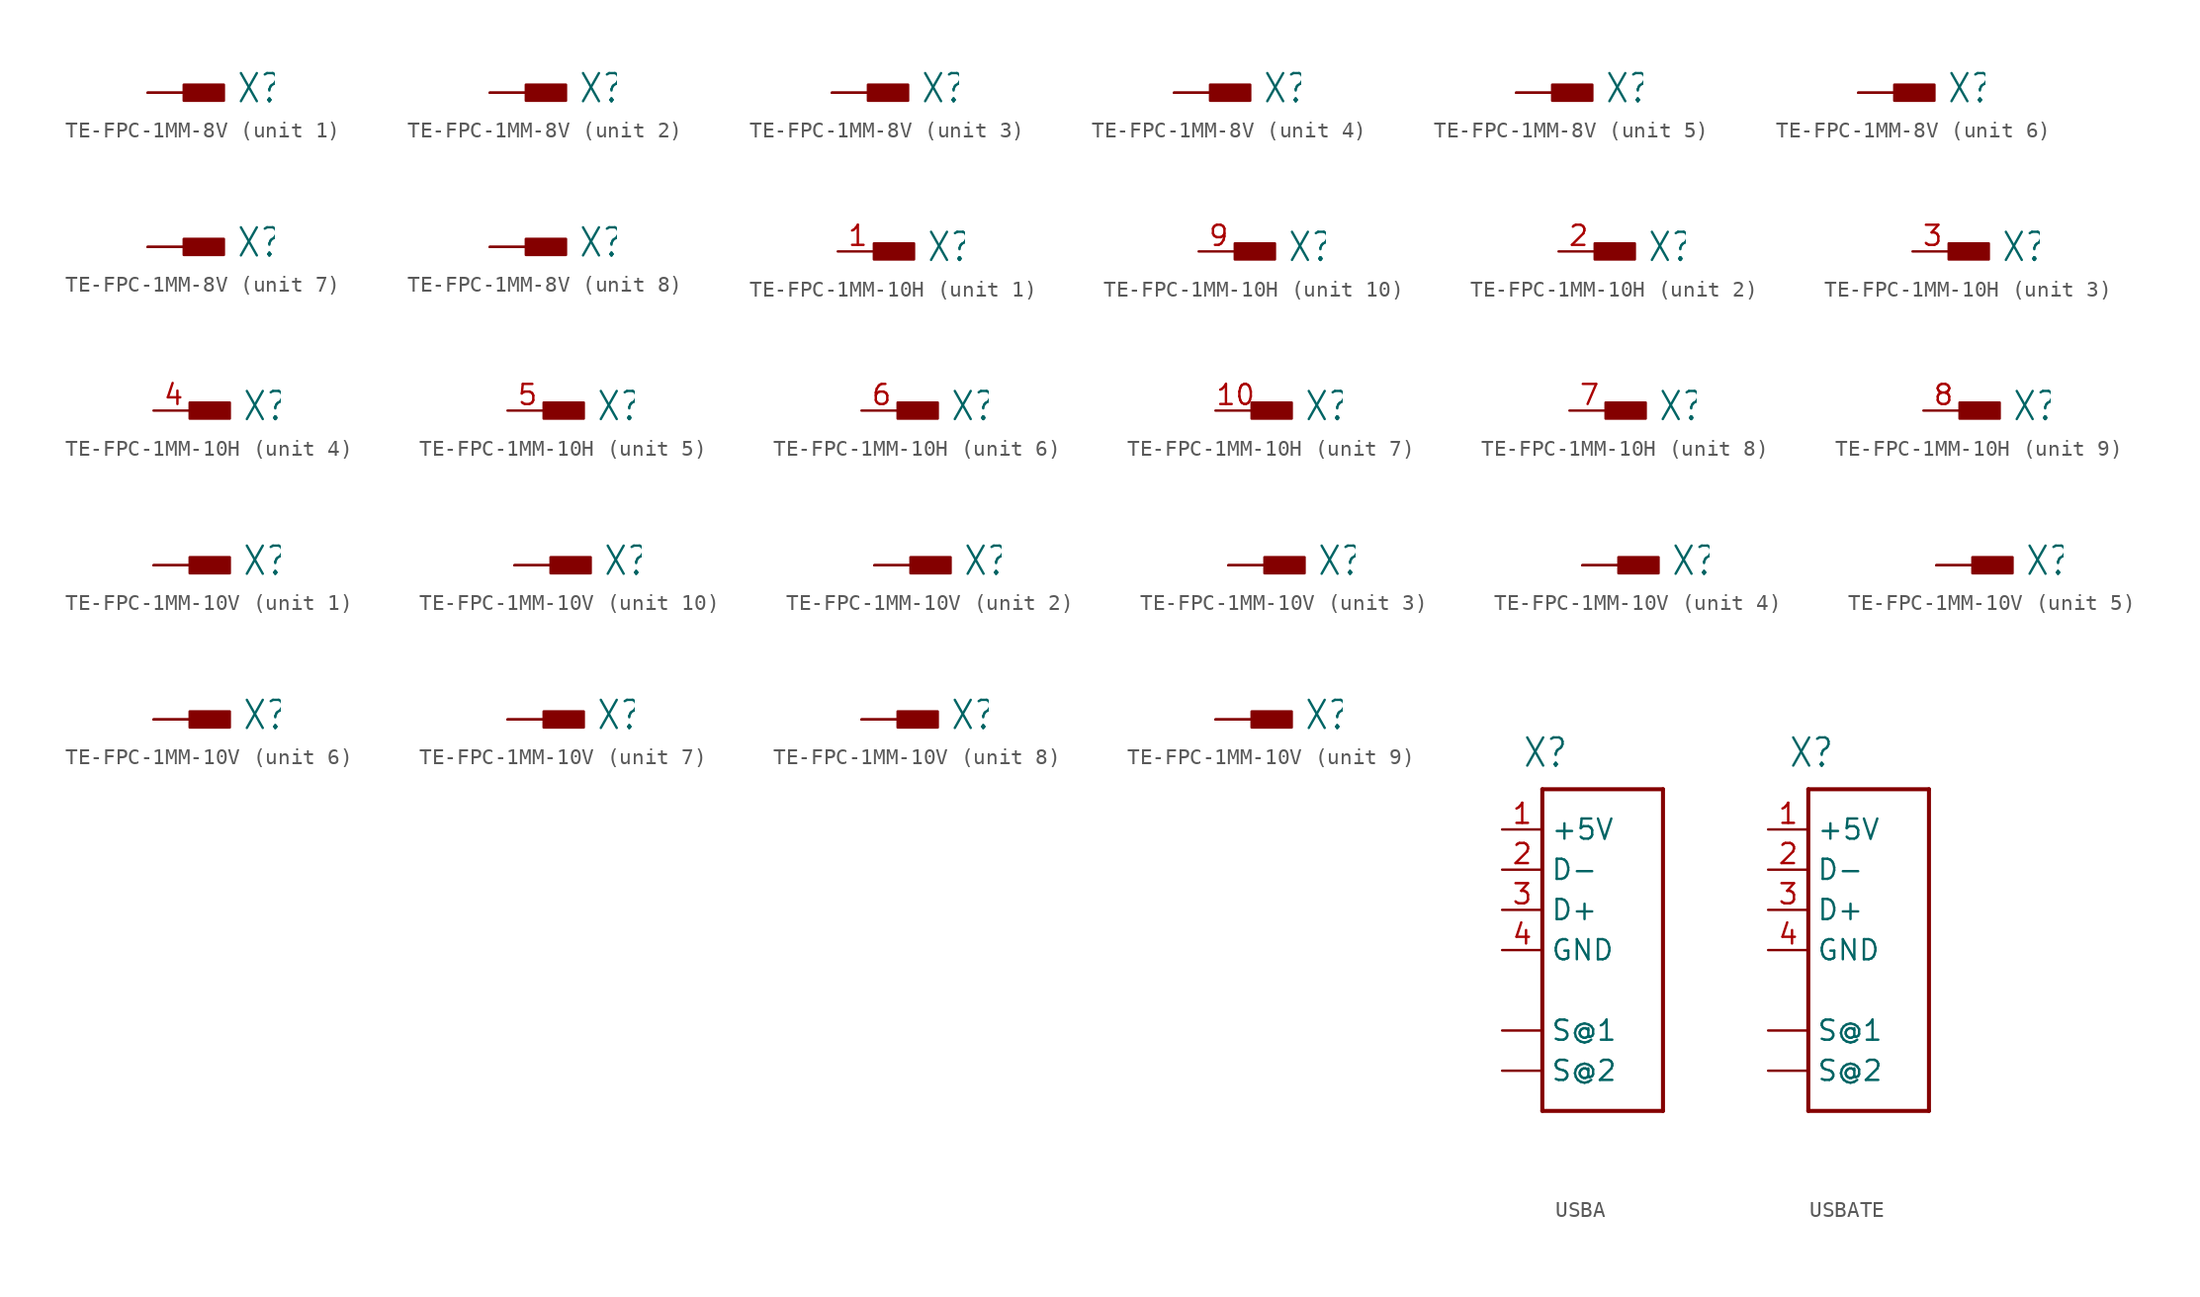
<source format=kicad_sym>
(kicad_symbol_lib
  (version 20231120)
  (generator "kicad_symbol_editor")
  (generator_version "8.0")
  (symbol "TE-FPC-1MM-8V"
    (property "Reference" "X"
      (at 5.588 -0.762 0)
      (effects (font (size 1.778 1.511)) (justify left bottom)))
    (property "ki_locked" ""
      (at 0 0 0)
      (effects (font (size 1.27 1.27))))
    (symbol "TE-FPC-1MM-8V_1_0"
      (rectangle (start 2.286 -0.508) (end 4.826 0.508) (stroke (width 0) (type default)) (fill (type outline)))
      (pin bidirectional line (at 0 0 0) (length 2.54) (name "-1" (effects (font (size 0 0)))) (number "A1" (effects (font (size 0 0)))))
      (pin bidirectional line (at 0 0 0) (length 2.54) (name "-1" (effects (font (size 0 0)))) (number "B1" (effects (font (size 0 0))))))
    (symbol "TE-FPC-1MM-8V_2_0"
      (rectangle (start 2.286 -0.508) (end 4.826 0.508) (stroke (width 0) (type default)) (fill (type outline)))
      (pin bidirectional line (at 0 0 0) (length 2.54) (name "-1" (effects (font (size 0 0)))) (number "A2" (effects (font (size 0 0)))))
      (pin bidirectional line (at 0 0 0) (length 2.54) (name "-1" (effects (font (size 0 0)))) (number "B2" (effects (font (size 0 0))))))
    (symbol "TE-FPC-1MM-8V_3_0"
      (rectangle (start 2.286 -0.508) (end 4.826 0.508) (stroke (width 0) (type default)) (fill (type outline)))
      (pin bidirectional line (at 0 0 0) (length 2.54) (name "-1" (effects (font (size 0 0)))) (number "A3" (effects (font (size 0 0)))))
      (pin bidirectional line (at 0 0 0) (length 2.54) (name "-1" (effects (font (size 0 0)))) (number "B3" (effects (font (size 0 0))))))
    (symbol "TE-FPC-1MM-8V_4_0"
      (rectangle (start 2.286 -0.508) (end 4.826 0.508) (stroke (width 0) (type default)) (fill (type outline)))
      (pin bidirectional line (at 0 0 0) (length 2.54) (name "-1" (effects (font (size 0 0)))) (number "A4" (effects (font (size 0 0)))))
      (pin bidirectional line (at 0 0 0) (length 2.54) (name "-1" (effects (font (size 0 0)))) (number "B4" (effects (font (size 0 0))))))
    (symbol "TE-FPC-1MM-8V_5_0"
      (rectangle (start 2.286 -0.508) (end 4.826 0.508) (stroke (width 0) (type default)) (fill (type outline)))
      (pin bidirectional line (at 0 0 0) (length 2.54) (name "-1" (effects (font (size 0 0)))) (number "A5" (effects (font (size 0 0)))))
      (pin bidirectional line (at 0 0 0) (length 2.54) (name "-1" (effects (font (size 0 0)))) (number "B5" (effects (font (size 0 0))))))
    (symbol "TE-FPC-1MM-8V_6_0"
      (rectangle (start 2.286 -0.508) (end 4.826 0.508) (stroke (width 0) (type default)) (fill (type outline)))
      (pin bidirectional line (at 0 0 0) (length 2.54) (name "-1" (effects (font (size 0 0)))) (number "A6" (effects (font (size 0 0)))))
      (pin bidirectional line (at 0 0 0) (length 2.54) (name "-1" (effects (font (size 0 0)))) (number "B6" (effects (font (size 0 0))))))
    (symbol "TE-FPC-1MM-8V_7_0"
      (rectangle (start 2.286 -0.508) (end 4.826 0.508) (stroke (width 0) (type default)) (fill (type outline)))
      (pin bidirectional line (at 0 0 0) (length 2.54) (name "-1" (effects (font (size 0 0)))) (number "A8" (effects (font (size 0 0)))))
      (pin bidirectional line (at 0 0 0) (length 2.54) (name "-1" (effects (font (size 0 0)))) (number "B8" (effects (font (size 0 0))))))
    (symbol "TE-FPC-1MM-8V_8_0"
      (rectangle (start 2.286 -0.508) (end 4.826 0.508) (stroke (width 0) (type default)) (fill (type outline)))
      (pin bidirectional line (at 0 0 0) (length 2.54) (name "-1" (effects (font (size 0 0)))) (number "A7" (effects (font (size 0 0)))))
      (pin bidirectional line (at 0 0 0) (length 2.54) (name "-1" (effects (font (size 0 0)))) (number "B7" (effects (font (size 0 0)))))))
  (symbol "TE-FPC-1MM-10H"
    (property "Reference" "X"
      (at 5.588 -0.762 0)
      (effects (font (size 1.778 1.511)) (justify left bottom)))
    (property "ki_locked" ""
      (at 0 0 0)
      (effects (font (size 1.27 1.27))))
    (symbol "TE-FPC-1MM-10H_1_0"
      (rectangle (start 2.286 -0.508) (end 4.826 0.508) (stroke (width 0) (type default)) (fill (type outline)))
      (pin bidirectional line (at 0 0 0) (length 2.54) (name "-1" (effects (font (size 0 0)))) (number "1" (effects (font (size 1.27 1.27))))))
    (symbol "TE-FPC-1MM-10H_2_0"
      (rectangle (start 2.286 -0.508) (end 4.826 0.508) (stroke (width 0) (type default)) (fill (type outline)))
      (pin bidirectional line (at 0 0 0) (length 2.54) (name "-1" (effects (font (size 0 0)))) (number "2" (effects (font (size 1.27 1.27))))))
    (symbol "TE-FPC-1MM-10H_3_0"
      (rectangle (start 2.286 -0.508) (end 4.826 0.508) (stroke (width 0) (type default)) (fill (type outline)))
      (pin bidirectional line (at 0 0 0) (length 2.54) (name "-1" (effects (font (size 0 0)))) (number "3" (effects (font (size 1.27 1.27))))))
    (symbol "TE-FPC-1MM-10H_4_0"
      (rectangle (start 2.286 -0.508) (end 4.826 0.508) (stroke (width 0) (type default)) (fill (type outline)))
      (pin bidirectional line (at 0 0 0) (length 2.54) (name "-1" (effects (font (size 0 0)))) (number "4" (effects (font (size 1.27 1.27))))))
    (symbol "TE-FPC-1MM-10H_5_0"
      (rectangle (start 2.286 -0.508) (end 4.826 0.508) (stroke (width 0) (type default)) (fill (type outline)))
      (pin bidirectional line (at 0 0 0) (length 2.54) (name "-1" (effects (font (size 0 0)))) (number "5" (effects (font (size 1.27 1.27))))))
    (symbol "TE-FPC-1MM-10H_6_0"
      (rectangle (start 2.286 -0.508) (end 4.826 0.508) (stroke (width 0) (type default)) (fill (type outline)))
      (pin bidirectional line (at 0 0 0) (length 2.54) (name "-1" (effects (font (size 0 0)))) (number "6" (effects (font (size 1.27 1.27))))))
    (symbol "TE-FPC-1MM-10H_7_0"
      (rectangle (start 2.286 -0.508) (end 4.826 0.508) (stroke (width 0) (type default)) (fill (type outline)))
      (pin bidirectional line (at 0 0 0) (length 2.54) (name "-1" (effects (font (size 0 0)))) (number "10" (effects (font (size 1.27 1.27))))))
    (symbol "TE-FPC-1MM-10H_8_0"
      (rectangle (start 2.286 -0.508) (end 4.826 0.508) (stroke (width 0) (type default)) (fill (type outline)))
      (pin bidirectional line (at 0 0 0) (length 2.54) (name "-1" (effects (font (size 0 0)))) (number "7" (effects (font (size 1.27 1.27))))))
    (symbol "TE-FPC-1MM-10H_9_0"
      (rectangle (start 2.286 -0.508) (end 4.826 0.508) (stroke (width 0) (type default)) (fill (type outline)))
      (pin bidirectional line (at 0 0 0) (length 2.54) (name "-1" (effects (font (size 0 0)))) (number "8" (effects (font (size 1.27 1.27))))))
    (symbol "TE-FPC-1MM-10H_10_0"
      (rectangle (start 2.286 -0.508) (end 4.826 0.508) (stroke (width 0) (type default)) (fill (type outline)))
      (pin bidirectional line (at 0 0 0) (length 2.54) (name "-1" (effects (font (size 0 0)))) (number "9" (effects (font (size 1.27 1.27)))))))
  (symbol "TE-FPC-1MM-10V"
    (property "Reference" "X"
      (at 5.588 -0.762 0)
      (effects (font (size 1.778 1.511)) (justify left bottom)))
    (property "ki_locked" ""
      (at 0 0 0)
      (effects (font (size 1.27 1.27))))
    (symbol "TE-FPC-1MM-10V_1_0"
      (rectangle (start 2.286 -0.508) (end 4.826 0.508) (stroke (width 0) (type default)) (fill (type outline)))
      (pin bidirectional line (at 0 0 0) (length 2.54) (name "-1" (effects (font (size 0 0)))) (number "A1" (effects (font (size 0 0)))))
      (pin bidirectional line (at 0 0 0) (length 2.54) (name "-1" (effects (font (size 0 0)))) (number "B1" (effects (font (size 0 0))))))
    (symbol "TE-FPC-1MM-10V_2_0"
      (rectangle (start 2.286 -0.508) (end 4.826 0.508) (stroke (width 0) (type default)) (fill (type outline)))
      (pin bidirectional line (at 0 0 0) (length 2.54) (name "-1" (effects (font (size 0 0)))) (number "A2" (effects (font (size 0 0)))))
      (pin bidirectional line (at 0 0 0) (length 2.54) (name "-1" (effects (font (size 0 0)))) (number "B2" (effects (font (size 0 0))))))
    (symbol "TE-FPC-1MM-10V_3_0"
      (rectangle (start 2.286 -0.508) (end 4.826 0.508) (stroke (width 0) (type default)) (fill (type outline)))
      (pin bidirectional line (at 0 0 0) (length 2.54) (name "-1" (effects (font (size 0 0)))) (number "A3" (effects (font (size 0 0)))))
      (pin bidirectional line (at 0 0 0) (length 2.54) (name "-1" (effects (font (size 0 0)))) (number "B3" (effects (font (size 0 0))))))
    (symbol "TE-FPC-1MM-10V_4_0"
      (rectangle (start 2.286 -0.508) (end 4.826 0.508) (stroke (width 0) (type default)) (fill (type outline)))
      (pin bidirectional line (at 0 0 0) (length 2.54) (name "-1" (effects (font (size 0 0)))) (number "A4" (effects (font (size 0 0)))))
      (pin bidirectional line (at 0 0 0) (length 2.54) (name "-1" (effects (font (size 0 0)))) (number "B4" (effects (font (size 0 0))))))
    (symbol "TE-FPC-1MM-10V_5_0"
      (rectangle (start 2.286 -0.508) (end 4.826 0.508) (stroke (width 0) (type default)) (fill (type outline)))
      (pin bidirectional line (at 0 0 0) (length 2.54) (name "-1" (effects (font (size 0 0)))) (number "A5" (effects (font (size 0 0)))))
      (pin bidirectional line (at 0 0 0) (length 2.54) (name "-1" (effects (font (size 0 0)))) (number "B5" (effects (font (size 0 0))))))
    (symbol "TE-FPC-1MM-10V_6_0"
      (rectangle (start 2.286 -0.508) (end 4.826 0.508) (stroke (width 0) (type default)) (fill (type outline)))
      (pin bidirectional line (at 0 0 0) (length 2.54) (name "-1" (effects (font (size 0 0)))) (number "A6" (effects (font (size 0 0)))))
      (pin bidirectional line (at 0 0 0) (length 2.54) (name "-1" (effects (font (size 0 0)))) (number "B6" (effects (font (size 0 0))))))
    (symbol "TE-FPC-1MM-10V_7_0"
      (rectangle (start 2.286 -0.508) (end 4.826 0.508) (stroke (width 0) (type default)) (fill (type outline)))
      (pin bidirectional line (at 0 0 0) (length 2.54) (name "-1" (effects (font (size 0 0)))) (number "A10" (effects (font (size 0 0)))))
      (pin bidirectional line (at 0 0 0) (length 2.54) (name "-1" (effects (font (size 0 0)))) (number "B10" (effects (font (size 0 0))))))
    (symbol "TE-FPC-1MM-10V_8_0"
      (rectangle (start 2.286 -0.508) (end 4.826 0.508) (stroke (width 0) (type default)) (fill (type outline)))
      (pin bidirectional line (at 0 0 0) (length 2.54) (name "-1" (effects (font (size 0 0)))) (number "A7" (effects (font (size 0 0)))))
      (pin bidirectional line (at 0 0 0) (length 2.54) (name "-1" (effects (font (size 0 0)))) (number "B7" (effects (font (size 0 0))))))
    (symbol "TE-FPC-1MM-10V_9_0"
      (rectangle (start 2.286 -0.508) (end 4.826 0.508) (stroke (width 0) (type default)) (fill (type outline)))
      (pin bidirectional line (at 0 0 0) (length 2.54) (name "-1" (effects (font (size 0 0)))) (number "A8" (effects (font (size 0 0)))))
      (pin bidirectional line (at 0 0 0) (length 2.54) (name "-1" (effects (font (size 0 0)))) (number "B8" (effects (font (size 0 0))))))
    (symbol "TE-FPC-1MM-10V_10_0"
      (rectangle (start 2.286 -0.508) (end 4.826 0.508) (stroke (width 0) (type default)) (fill (type outline)))
      (pin bidirectional line (at 0 0 0) (length 2.54) (name "-1" (effects (font (size 0 0)))) (number "A9" (effects (font (size 0 0)))))
      (pin bidirectional line (at 0 0 0) (length 2.54) (name "-1" (effects (font (size 0 0)))) (number "B9" (effects (font (size 0 0)))))))
  (symbol "USBA"
    (property "Reference" "X"
      (at -3.81 8.89 0)
      (effects (font (size 1.778 1.511)) (justify left bottom)))
    (property "Value" ""
      (at -3.81 -15.24 0)
      (effects (font (size 1.778 1.511)) (justify left bottom)))
    (property "ki_locked" ""
      (at 0 0 0)
      (effects (font (size 1.27 1.27))))
    (symbol "USBA_1_0"
      (polyline (pts (xy -2.54 -12.7) (xy 5.08 -12.7)) (stroke (width 0.254) (type solid)) (fill (type none)))
      (polyline (pts (xy -2.54 7.62) (xy -2.54 -12.7)) (stroke (width 0.254) (type solid)) (fill (type none)))
      (polyline (pts (xy 5.08 -12.7) (xy 5.08 7.62)) (stroke (width 0.254) (type solid)) (fill (type none)))
      (polyline (pts (xy 5.08 7.62) (xy -2.54 7.62)) (stroke (width 0.254) (type solid)) (fill (type none)))
      (pin passive line (at -5.08 5.08 0) (length 2.54) (name "+5V" (effects (font (size 1.27 1.27)))) (number "1" (effects (font (size 1.27 1.27)))))
      (pin passive line (at -5.08 2.54 0) (length 2.54) (name "D-" (effects (font (size 1.27 1.27)))) (number "2" (effects (font (size 1.27 1.27)))))
      (pin passive line (at -5.08 0 0) (length 2.54) (name "D+" (effects (font (size 1.27 1.27)))) (number "3" (effects (font (size 1.27 1.27)))))
      (pin passive line (at -5.08 -2.54 0) (length 2.54) (name "GND" (effects (font (size 1.27 1.27)))) (number "4" (effects (font (size 1.27 1.27)))))
      (pin passive line (at -5.08 -7.62 0) (length 2.54) (name "S@1" (effects (font (size 1.27 1.27)))) (number "SHIELD@1" (effects (font (size 0 0)))))
      (pin passive line (at -5.08 -10.16 0) (length 2.54) (name "S@2" (effects (font (size 1.27 1.27)))) (number "SHIELD@2" (effects (font (size 0 0)))))))
  (symbol "USBATE"
    (property "Reference" "X"
      (at -3.81 8.89 0)
      (effects (font (size 1.778 1.511)) (justify left bottom)))
    (property "Value" ""
      (at -3.81 -15.24 0)
      (effects (font (size 1.778 1.511)) (justify left bottom)))
    (property "ki_locked" ""
      (at 0 0 0)
      (effects (font (size 1.27 1.27))))
    (symbol "USBATE_1_0"
      (polyline (pts (xy -2.54 -12.7) (xy 5.08 -12.7)) (stroke (width 0.254) (type solid)) (fill (type none)))
      (polyline (pts (xy -2.54 7.62) (xy -2.54 -12.7)) (stroke (width 0.254) (type solid)) (fill (type none)))
      (polyline (pts (xy 5.08 -12.7) (xy 5.08 7.62)) (stroke (width 0.254) (type solid)) (fill (type none)))
      (polyline (pts (xy 5.08 7.62) (xy -2.54 7.62)) (stroke (width 0.254) (type solid)) (fill (type none)))
      (pin passive line (at -5.08 5.08 0) (length 2.54) (name "+5V" (effects (font (size 1.27 1.27)))) (number "1" (effects (font (size 1.27 1.27)))))
      (pin passive line (at -5.08 2.54 0) (length 2.54) (name "D-" (effects (font (size 1.27 1.27)))) (number "2" (effects (font (size 1.27 1.27)))))
      (pin passive line (at -5.08 0 0) (length 2.54) (name "D+" (effects (font (size 1.27 1.27)))) (number "3" (effects (font (size 1.27 1.27)))))
      (pin passive line (at -5.08 -2.54 0) (length 2.54) (name "GND" (effects (font (size 1.27 1.27)))) (number "4" (effects (font (size 1.27 1.27)))))
      (pin passive line (at -5.08 -7.62 0) (length 2.54) (name "S@1" (effects (font (size 1.27 1.27)))) (number "MNT1" (effects (font (size 0 0)))))
      (pin passive line (at -5.08 -10.16 0) (length 2.54) (name "S@2" (effects (font (size 1.27 1.27)))) (number "MNT2" (effects (font (size 0 0))))))))
</source>
